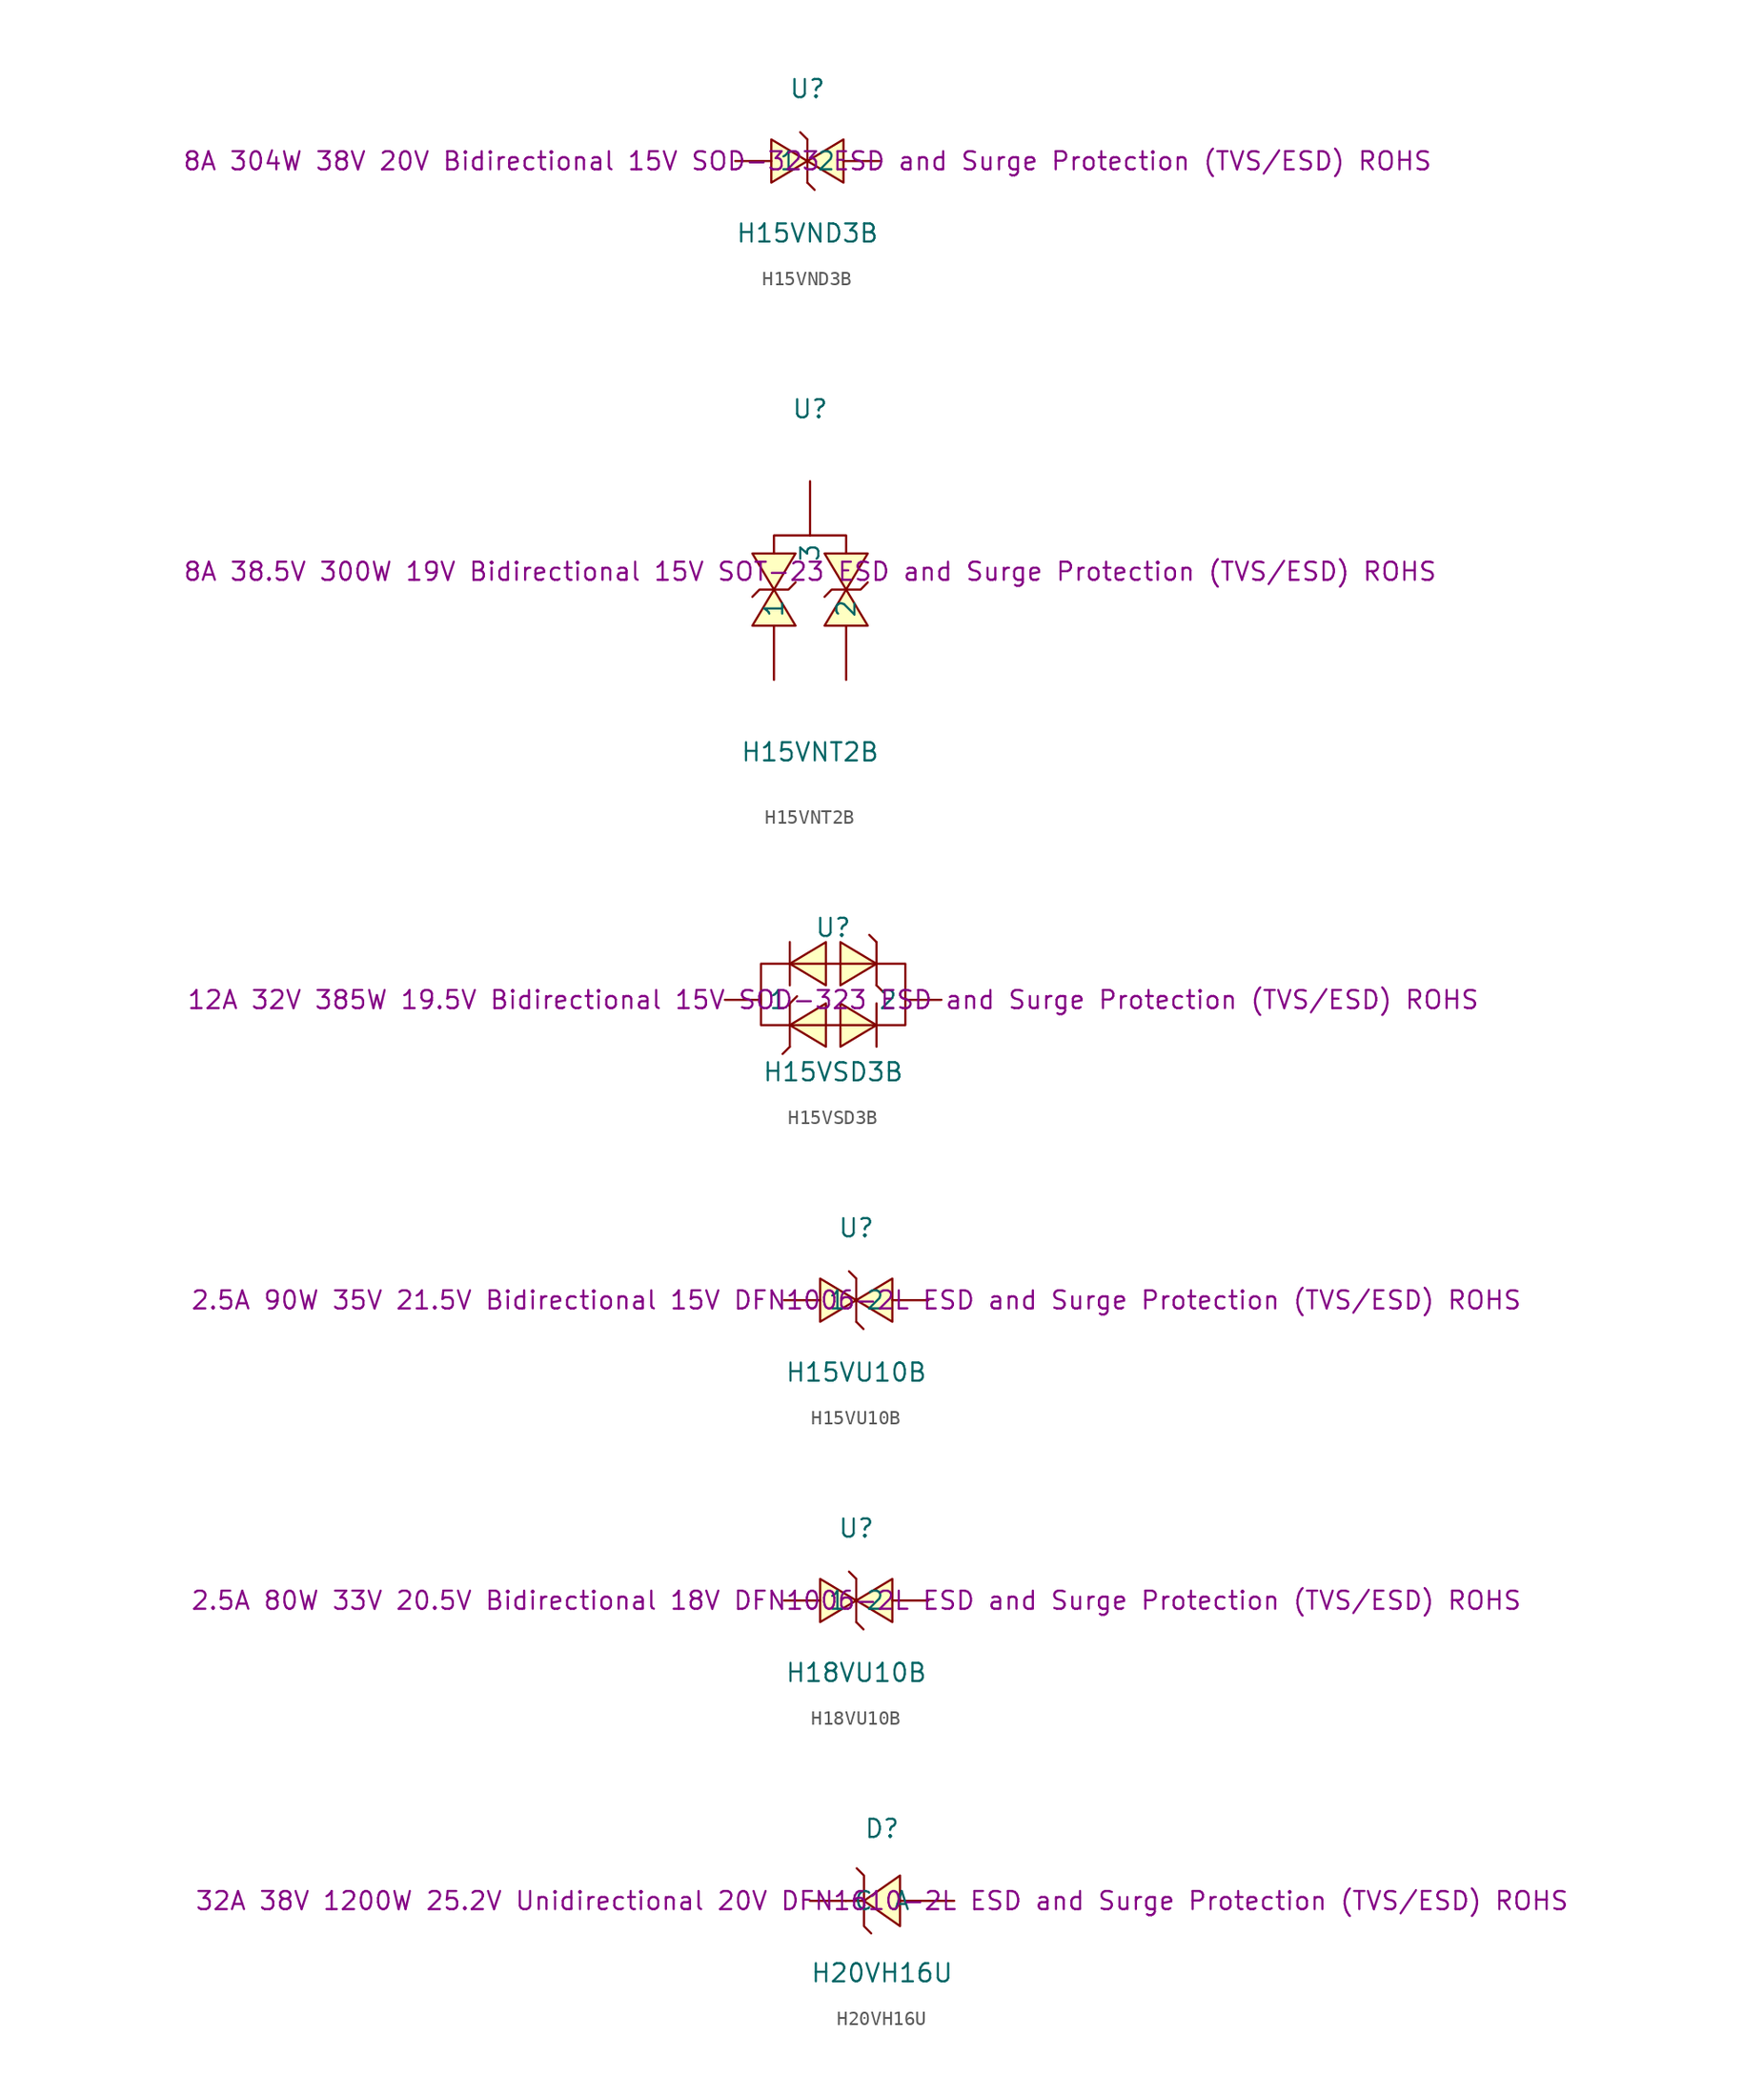
<source format=kicad_sym>
(kicad_symbol_lib
  (version 20241209)
  (generator "kicad_symbol_editor")
  (generator_version "9.0")
  (symbol "H15VND3B"
    (pin_numbers
      (hide yes))
    (property "Reference" "U"
      (at 0 5.08 0)
      (effects (font (size 1.27 1.27))))
    (property "Value" "H15VND3B"
      (at 0 -5.08 0)
      (effects (font (size 1.27 1.27))))
    (property "Description" "8A 304W 38V 20V Bidirectional 15V SOD-323 ESD and Surge Protection (TVS/ESD) ROHS"
      (at 0 0 0)
      (effects (font (size 1.27 1.27))))
    (symbol "H15VND3B_0_1"
      (polyline (pts (xy -2.54 1.52) (xy 0 0) (xy -2.54 -1.52) (xy -2.54 1.52)) (stroke (width 0) (type default)) (fill (type background)))
      (polyline (pts (xy 0 1.52) (xy -0.51 2.03) (xy 0 1.52)) (stroke (width 0) (type default)) (fill (type background)))
      (polyline (pts (xy 0 -1.52) (xy 0 1.52)) (stroke (width 0) (type default)) (fill (type none)))
      (polyline (pts (xy 0 -1.52) (xy 0.51 -2.03) (xy 0 -1.52)) (stroke (width 0) (type default)) (fill (type background)))
      (polyline (pts (xy 2.54 1.52) (xy 0 0) (xy 2.54 -1.52) (xy 2.54 1.52)) (stroke (width 0) (type default)) (fill (type background)))
      (pin unspecified line (at -5.08 0 0) (length 2.54) (name "1" (effects (font (size 1.27 1.27)))) (number "1" (effects (font (size 1.27 1.27)))))
      (pin unspecified line (at 5.08 0 180) (length 2.54) (name "2" (effects (font (size 1.27 1.27)))) (number "2" (effects (font (size 1.27 1.27)))))))
  (symbol "H15VNT2B"
    (pin_numbers
      (hide yes))
    (property "Reference" "U"
      (at 0 11.43 0)
      (effects (font (size 1.27 1.27))))
    (property "Value" "H15VNT2B"
      (at 0 -12.7 0)
      (effects (font (size 1.27 1.27))))
    (property "Description" "8A 38.5V 300W 19V Bidirectional 15V SOT-23 ESD and Surge Protection (TVS/ESD) ROHS"
      (at 0 0 0)
      (effects (font (size 1.27 1.27))))
    (symbol "H15VNT2B_0_1"
      (polyline (pts (xy -4.06 -1.78) (xy -3.56 -1.27) (xy -1.52 -1.27) (xy -1.02 -0.76)) (stroke (width 0) (type default)) (fill (type none)))
      (polyline (pts (xy -4.06 -3.81) (xy -2.54 -1.27) (xy -1.02 -3.81) (xy -4.06 -3.81)) (stroke (width 0) (type default)) (fill (type background)))
      (polyline (pts (xy -2.54 1.27) (xy -2.54 2.54) (xy 0 2.54)) (stroke (width 0) (type default)) (fill (type none)))
      (polyline (pts (xy -1.02 1.27) (xy -2.54 -1.27) (xy -4.06 1.27) (xy -1.02 1.27)) (stroke (width 0) (type default)) (fill (type background)))
      (polyline (pts (xy 1.02 1.27) (xy 2.54 -1.27) (xy 4.06 1.27) (xy 1.02 1.27)) (stroke (width 0) (type default)) (fill (type background)))
      (polyline (pts (xy 1.02 -1.78) (xy 1.52 -1.27) (xy 3.56 -1.27) (xy 4.06 -0.76)) (stroke (width 0) (type default)) (fill (type none)))
      (polyline (pts (xy 1.02 -3.81) (xy 2.54 -1.27) (xy 4.06 -3.81) (xy 1.02 -3.81)) (stroke (width 0) (type default)) (fill (type background)))
      (polyline (pts (xy 2.54 1.27) (xy 2.54 2.54) (xy 0 2.54)) (stroke (width 0) (type default)) (fill (type none)))
      (pin unspecified line (at -2.54 -7.62 90) (length 3.81) (name "1" (effects (font (size 1.27 1.27)))) (number "1" (effects (font (size 1.27 1.27)))))
      (pin unspecified line (at 0 6.35 270) (length 3.81) (name "3" (effects (font (size 1.27 1.27)))) (number "3" (effects (font (size 1.27 1.27)))))
      (pin unspecified line (at 2.54 -7.62 90) (length 3.81) (name "2" (effects (font (size 1.27 1.27)))) (number "2" (effects (font (size 1.27 1.27)))))))
  (symbol "H15VSD3B"
    (pin_numbers
      (hide yes))
    (property "Reference" "U"
      (at 0 5.08 0)
      (effects (font (size 1.27 1.27))))
    (property "Value" "H15VSD3B"
      (at 0 -5.08 0)
      (effects (font (size 1.27 1.27))))
    (property "Description" "12A 32V 385W 19.5V Bidirectional 15V SOD-323 ESD and Surge Protection (TVS/ESD) ROHS"
      (at 0 0 0)
      (effects (font (size 1.27 1.27))))
    (symbol "H15VSD3B_0_1"
      (polyline (pts (xy -5.08 0) (xy -5.08 -1.78) (xy 5.08 -1.78) (xy 5.08 0)) (stroke (width 0) (type default)) (fill (type none)))
      (polyline (pts (xy -3.05 1.02) (xy -3.05 4.06)) (stroke (width 0) (type default)) (fill (type none)))
      (polyline (pts (xy -3.05 -0.25) (xy -2.54 0.25) (xy -3.05 -0.25)) (stroke (width 0) (type default)) (fill (type background)))
      (polyline (pts (xy -3.05 -3.3) (xy -3.05 -0.25)) (stroke (width 0) (type default)) (fill (type none)))
      (polyline (pts (xy -3.05 -3.3) (xy -3.56 -3.81) (xy -3.05 -3.3)) (stroke (width 0) (type default)) (fill (type background)))
      (polyline (pts (xy -0.51 4.06) (xy -3.05 2.54) (xy -0.51 1.02) (xy -0.51 4.06)) (stroke (width 0) (type default)) (fill (type background)))
      (polyline (pts (xy -0.51 -0.25) (xy -3.05 -1.78) (xy -0.51 -3.3) (xy -0.51 -0.25)) (stroke (width 0) (type default)) (fill (type background)))
      (polyline (pts (xy 0.51 4.06) (xy 3.05 2.54) (xy 0.51 1.02) (xy 0.51 4.06)) (stroke (width 0) (type default)) (fill (type background)))
      (polyline (pts (xy 0.51 -0.25) (xy 3.05 -1.78) (xy 0.51 -3.3) (xy 0.51 -0.25)) (stroke (width 0) (type default)) (fill (type background)))
      (polyline (pts (xy 3.05 4.06) (xy 2.54 4.57) (xy 3.05 4.06)) (stroke (width 0) (type default)) (fill (type background)))
      (polyline (pts (xy 3.05 1.02) (xy 3.05 4.06)) (stroke (width 0) (type default)) (fill (type none)))
      (polyline (pts (xy 3.05 1.02) (xy 3.56 0.51) (xy 3.05 1.02)) (stroke (width 0) (type default)) (fill (type background)))
      (polyline (pts (xy 3.05 -3.3) (xy 3.05 -0.25)) (stroke (width 0) (type default)) (fill (type none)))
      (polyline (pts (xy 5.08 0) (xy 5.08 2.54) (xy -5.08 2.54) (xy -5.08 0)) (stroke (width 0) (type default)) (fill (type none)))
      (pin unspecified line (at -7.62 0 0) (length 2.54) (name "1" (effects (font (size 1.27 1.27)))) (number "1" (effects (font (size 1.27 1.27)))))
      (pin unspecified line (at 7.62 0 180) (length 2.54) (name "2" (effects (font (size 1.27 1.27)))) (number "2" (effects (font (size 1.27 1.27)))))))
  (symbol "H15VU10B"
    (pin_numbers
      (hide yes))
    (property "Reference" "U"
      (at 0 5.08 0)
      (effects (font (size 1.27 1.27))))
    (property "Value" "H15VU10B"
      (at 0 -5.08 0)
      (effects (font (size 1.27 1.27))))
    (property "Description" "2.5A 90W 35V 21.5V Bidirectional 15V DFN1006-2L ESD and Surge Protection (TVS/ESD) ROHS"
      (at 0 0 0)
      (effects (font (size 1.27 1.27))))
    (symbol "H15VU10B_0_1"
      (polyline (pts (xy -2.54 1.52) (xy 0 0) (xy -2.54 -1.52) (xy -2.54 1.52)) (stroke (width 0) (type default)) (fill (type background)))
      (polyline (pts (xy 0 1.52) (xy -0.51 2.03) (xy 0 1.52)) (stroke (width 0) (type default)) (fill (type background)))
      (polyline (pts (xy 0 -1.52) (xy 0 1.52)) (stroke (width 0) (type default)) (fill (type none)))
      (polyline (pts (xy 0 -1.52) (xy 0.51 -2.03) (xy 0 -1.52)) (stroke (width 0) (type default)) (fill (type background)))
      (polyline (pts (xy 2.54 1.52) (xy 0 0) (xy 2.54 -1.52) (xy 2.54 1.52)) (stroke (width 0) (type default)) (fill (type background)))
      (pin unspecified line (at -5.08 0 0) (length 2.54) (name "1" (effects (font (size 1.27 1.27)))) (number "1" (effects (font (size 1.27 1.27)))))
      (pin unspecified line (at 5.08 0 180) (length 2.54) (name "2" (effects (font (size 1.27 1.27)))) (number "2" (effects (font (size 1.27 1.27)))))))
  (symbol "H18VU10B"
    (pin_numbers
      (hide yes))
    (property "Reference" "U"
      (at 0 5.08 0)
      (effects (font (size 1.27 1.27))))
    (property "Value" "H18VU10B"
      (at 0 -5.08 0)
      (effects (font (size 1.27 1.27))))
    (property "Description" "2.5A 80W 33V 20.5V Bidirectional 18V DFN1006-2L ESD and Surge Protection (TVS/ESD) ROHS"
      (at 0 0 0)
      (effects (font (size 1.27 1.27))))
    (symbol "H18VU10B_0_1"
      (polyline (pts (xy -2.54 1.52) (xy 0 0) (xy -2.54 -1.52) (xy -2.54 1.52)) (stroke (width 0) (type default)) (fill (type background)))
      (polyline (pts (xy 0 1.52) (xy -0.51 2.03) (xy 0 1.52)) (stroke (width 0) (type default)) (fill (type background)))
      (polyline (pts (xy 0 -1.52) (xy 0 1.52)) (stroke (width 0) (type default)) (fill (type none)))
      (polyline (pts (xy 0 -1.52) (xy 0.51 -2.03) (xy 0 -1.52)) (stroke (width 0) (type default)) (fill (type background)))
      (polyline (pts (xy 2.54 1.52) (xy 0 0) (xy 2.54 -1.52) (xy 2.54 1.52)) (stroke (width 0) (type default)) (fill (type background)))
      (pin unspecified line (at -5.08 0 0) (length 2.54) (name "1" (effects (font (size 1.27 1.27)))) (number "1" (effects (font (size 1.27 1.27)))))
      (pin unspecified line (at 5.08 0 180) (length 2.54) (name "2" (effects (font (size 1.27 1.27)))) (number "2" (effects (font (size 1.27 1.27)))))))
  (symbol "H20VH16U"
    (pin_numbers
      (hide yes))
    (property "Reference" "D"
      (at 0 5.08 0)
      (effects (font (size 1.27 1.27))))
    (property "Value" "H20VH16U"
      (at 0 -5.08 0)
      (effects (font (size 1.27 1.27))))
    (property "Description" "32A 38V 1200W 25.2V Unidirectional 20V DFN1610-2L ESD and Surge Protection (TVS/ESD) ROHS"
      (at 0 0 0)
      (effects (font (size 1.27 1.27))))
    (symbol "H20VH16U_0_1"
      (polyline (pts (xy -1.78 2.29) (xy -1.78 2.29) (xy -1.27 1.78) (xy -1.27 -1.78) (xy -0.76 -2.29) (xy -0.76 -2.29)) (stroke (width 0) (type default)) (fill (type none)))
      (polyline (pts (xy -1.27 0) (xy -2.54 0)) (stroke (width 0) (type default)) (fill (type none)))
      (polyline (pts (xy 1.27 1.78) (xy -1.27 0) (xy 1.27 -1.78) (xy 1.27 1.78)) (stroke (width 0) (type default)) (fill (type background)))
      (polyline (pts (xy 2.54 0) (xy 1.27 0)) (stroke (width 0) (type default)) (fill (type none)))
      (pin unspecified line (at -5.08 0 0) (length 2.54) (name "C" (effects (font (size 1.27 1.27)))) (number "1" (effects (font (size 1.27 1.27)))))
      (pin unspecified line (at 5.08 0 180) (length 2.54) (name "A" (effects (font (size 1.27 1.27)))) (number "2" (effects (font (size 1.27 1.27))))))))
</source>
